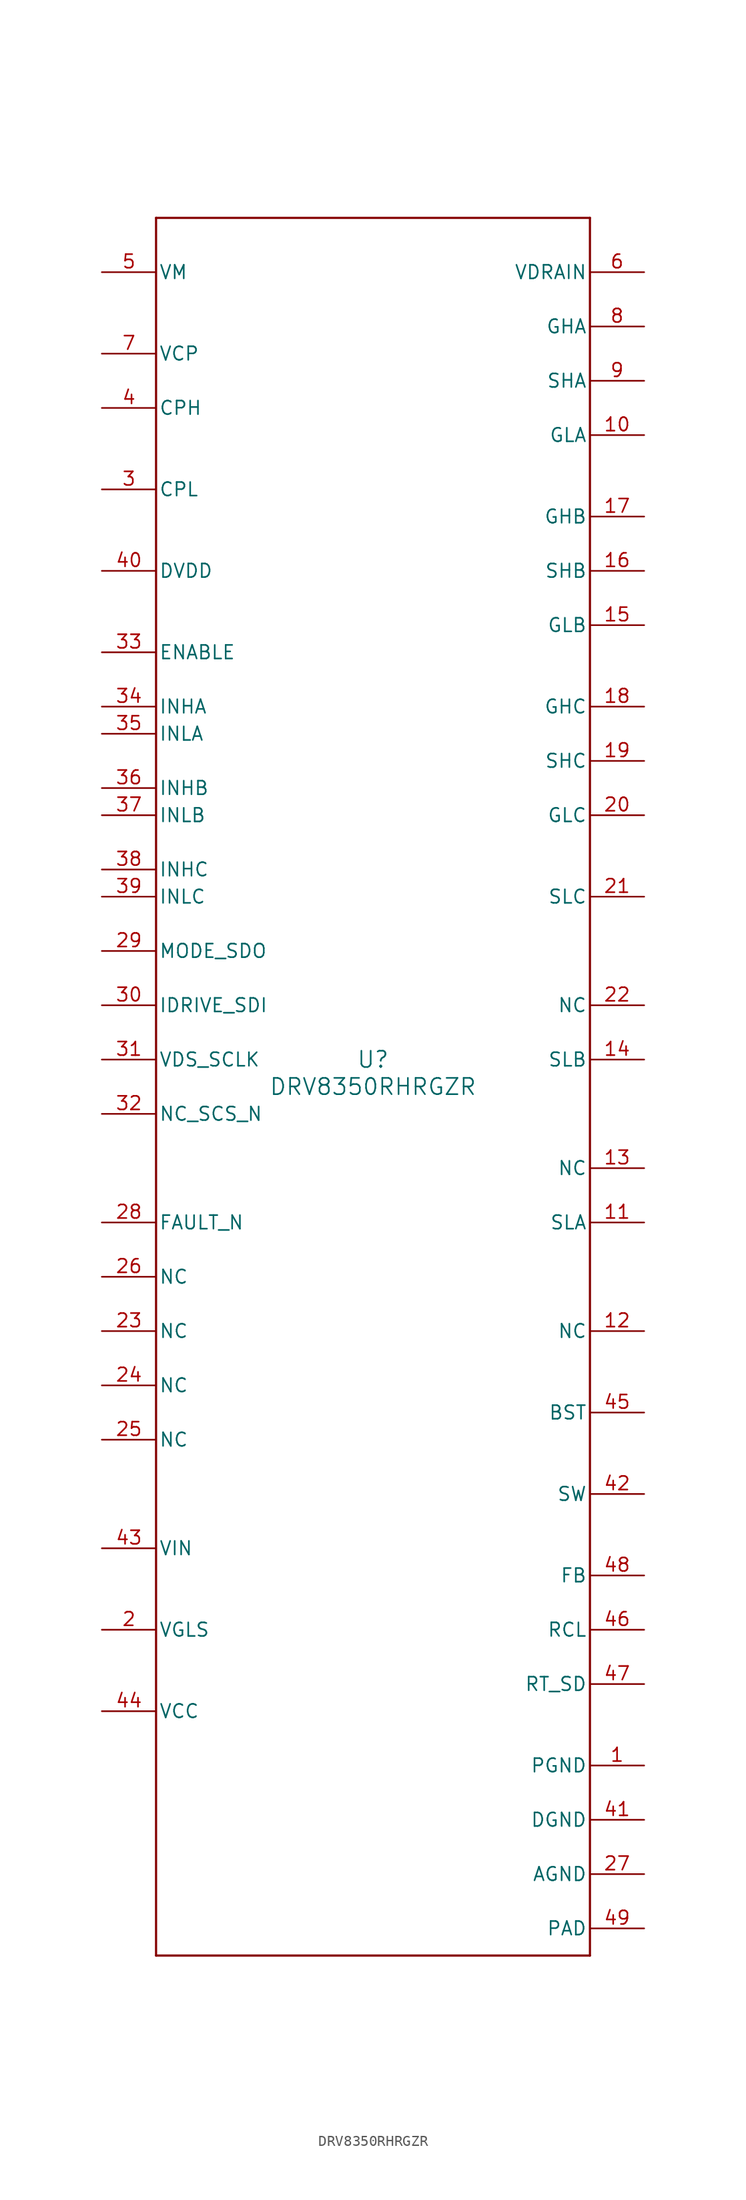
<source format=kicad_sym>
(kicad_symbol_lib
  (version 20231120)
  (generator "kicad_symbol_editor")
  (generator_version "8.0")
  (symbol "DRV8350RHRGZR"
    (pin_names
      (offset 0.254))
    (property "Reference" "U"
      (at 0 2.54 0)
      (effects (font (size 1.524 1.524))))
    (property "Value" "DRV8350RHRGZR"
      (at 0 0 0)
      (effects (font (size 1.524 1.524))))
    (property "ki_locked" ""
      (at 0 0 0)
      (effects (font (size 1.27 1.27))))
    (symbol "DRV8350RHRGZR_0_1"
      (polyline (pts (xy -20.32 -81.28) (xy 20.32 -81.28)) (stroke (width 0.203) (type default)) (fill (type none)))
      (polyline (pts (xy -20.32 81.28) (xy -20.32 -81.28)) (stroke (width 0.203) (type default)) (fill (type none)))
      (polyline (pts (xy 20.32 -81.28) (xy 20.32 81.28)) (stroke (width 0.203) (type default)) (fill (type none)))
      (polyline (pts (xy 20.32 81.28) (xy -20.32 81.28)) (stroke (width 0.203) (type default)) (fill (type none)))
      (pin power_in line (at 25.4 -63.5 180) (length 5.08) (name "PGND" (effects (font (size 1.27 1.27)))) (number "1" (effects (font (size 1.27 1.27)))))
      (pin output line (at 25.4 60.96 180) (length 5.08) (name "GLA" (effects (font (size 1.27 1.27)))) (number "10" (effects (font (size 1.27 1.27)))))
      (pin input line (at 25.4 -12.7 180) (length 5.08) (name "SLA" (effects (font (size 1.27 1.27)))) (number "11" (effects (font (size 1.27 1.27)))))
      (pin unspecified line (at 25.4 -22.86 180) (length 5.08) (name "NC" (effects (font (size 1.27 1.27)))) (number "12" (effects (font (size 1.27 1.27)))))
      (pin unspecified line (at 25.4 -7.62 180) (length 5.08) (name "NC" (effects (font (size 1.27 1.27)))) (number "13" (effects (font (size 1.27 1.27)))))
      (pin input line (at 25.4 2.54 180) (length 5.08) (name "SLB" (effects (font (size 1.27 1.27)))) (number "14" (effects (font (size 1.27 1.27)))))
      (pin output line (at 25.4 43.18 180) (length 5.08) (name "GLB" (effects (font (size 1.27 1.27)))) (number "15" (effects (font (size 1.27 1.27)))))
      (pin input line (at 25.4 48.26 180) (length 5.08) (name "SHB" (effects (font (size 1.27 1.27)))) (number "16" (effects (font (size 1.27 1.27)))))
      (pin output line (at 25.4 53.34 180) (length 5.08) (name "GHB" (effects (font (size 1.27 1.27)))) (number "17" (effects (font (size 1.27 1.27)))))
      (pin output line (at 25.4 35.56 180) (length 5.08) (name "GHC" (effects (font (size 1.27 1.27)))) (number "18" (effects (font (size 1.27 1.27)))))
      (pin input line (at 25.4 30.48 180) (length 5.08) (name "SHC" (effects (font (size 1.27 1.27)))) (number "19" (effects (font (size 1.27 1.27)))))
      (pin power_in line (at -25.4 -50.8 0) (length 5.08) (name "VGLS" (effects (font (size 1.27 1.27)))) (number "2" (effects (font (size 1.27 1.27)))))
      (pin output line (at 25.4 25.4 180) (length 5.08) (name "GLC" (effects (font (size 1.27 1.27)))) (number "20" (effects (font (size 1.27 1.27)))))
      (pin input line (at 25.4 17.78 180) (length 5.08) (name "SLC" (effects (font (size 1.27 1.27)))) (number "21" (effects (font (size 1.27 1.27)))))
      (pin unspecified line (at 25.4 7.62 180) (length 5.08) (name "NC" (effects (font (size 1.27 1.27)))) (number "22" (effects (font (size 1.27 1.27)))))
      (pin unspecified line (at -25.4 -22.86 0) (length 5.08) (name "NC" (effects (font (size 1.27 1.27)))) (number "23" (effects (font (size 1.27 1.27)))))
      (pin unspecified line (at -25.4 -27.94 0) (length 5.08) (name "NC" (effects (font (size 1.27 1.27)))) (number "24" (effects (font (size 1.27 1.27)))))
      (pin unspecified line (at -25.4 -33.02 0) (length 5.08) (name "NC" (effects (font (size 1.27 1.27)))) (number "25" (effects (font (size 1.27 1.27)))))
      (pin unspecified line (at -25.4 -17.78 0) (length 5.08) (name "NC" (effects (font (size 1.27 1.27)))) (number "26" (effects (font (size 1.27 1.27)))))
      (pin power_in line (at 25.4 -73.66 180) (length 5.08) (name "AGND" (effects (font (size 1.27 1.27)))) (number "27" (effects (font (size 1.27 1.27)))))
      (pin open_collector line (at -25.4 -12.7 0) (length 5.08) (name "FAULT_N" (effects (font (size 1.27 1.27)))) (number "28" (effects (font (size 1.27 1.27)))))
      (pin bidirectional line (at -25.4 12.7 0) (length 5.08) (name "MODE_SDO" (effects (font (size 1.27 1.27)))) (number "29" (effects (font (size 1.27 1.27)))))
      (pin power_in line (at -25.4 55.88 0) (length 5.08) (name "CPL" (effects (font (size 1.27 1.27)))) (number "3" (effects (font (size 1.27 1.27)))))
      (pin input line (at -25.4 7.62 0) (length 5.08) (name "IDRIVE_SDI" (effects (font (size 1.27 1.27)))) (number "30" (effects (font (size 1.27 1.27)))))
      (pin input line (at -25.4 2.54 0) (length 5.08) (name "VDS_SCLK" (effects (font (size 1.27 1.27)))) (number "31" (effects (font (size 1.27 1.27)))))
      (pin input line (at -25.4 -2.54 0) (length 5.08) (name "NC_SCS_N" (effects (font (size 1.27 1.27)))) (number "32" (effects (font (size 1.27 1.27)))))
      (pin input line (at -25.4 40.64 0) (length 5.08) (name "ENABLE" (effects (font (size 1.27 1.27)))) (number "33" (effects (font (size 1.27 1.27)))))
      (pin input line (at -25.4 35.56 0) (length 5.08) (name "INHA" (effects (font (size 1.27 1.27)))) (number "34" (effects (font (size 1.27 1.27)))))
      (pin input line (at -25.4 33.02 0) (length 5.08) (name "INLA" (effects (font (size 1.27 1.27)))) (number "35" (effects (font (size 1.27 1.27)))))
      (pin input line (at -25.4 27.94 0) (length 5.08) (name "INHB" (effects (font (size 1.27 1.27)))) (number "36" (effects (font (size 1.27 1.27)))))
      (pin input line (at -25.4 25.4 0) (length 5.08) (name "INLB" (effects (font (size 1.27 1.27)))) (number "37" (effects (font (size 1.27 1.27)))))
      (pin input line (at -25.4 20.32 0) (length 5.08) (name "INHC" (effects (font (size 1.27 1.27)))) (number "38" (effects (font (size 1.27 1.27)))))
      (pin input line (at -25.4 17.78 0) (length 5.08) (name "INLC" (effects (font (size 1.27 1.27)))) (number "39" (effects (font (size 1.27 1.27)))))
      (pin power_in line (at -25.4 63.5 0) (length 5.08) (name "CPH" (effects (font (size 1.27 1.27)))) (number "4" (effects (font (size 1.27 1.27)))))
      (pin power_in line (at -25.4 48.26 0) (length 5.08) (name "DVDD" (effects (font (size 1.27 1.27)))) (number "40" (effects (font (size 1.27 1.27)))))
      (pin power_in line (at 25.4 -68.58 180) (length 5.08) (name "DGND" (effects (font (size 1.27 1.27)))) (number "41" (effects (font (size 1.27 1.27)))))
      (pin power_in line (at 25.4 -38.1 180) (length 5.08) (name "SW" (effects (font (size 1.27 1.27)))) (number "42" (effects (font (size 1.27 1.27)))))
      (pin power_in line (at -25.4 -43.18 0) (length 5.08) (name "VIN" (effects (font (size 1.27 1.27)))) (number "43" (effects (font (size 1.27 1.27)))))
      (pin power_in line (at -25.4 -58.42 0) (length 5.08) (name "VCC" (effects (font (size 1.27 1.27)))) (number "44" (effects (font (size 1.27 1.27)))))
      (pin power_in line (at 25.4 -30.48 180) (length 5.08) (name "BST" (effects (font (size 1.27 1.27)))) (number "45" (effects (font (size 1.27 1.27)))))
      (pin input line (at 25.4 -50.8 180) (length 5.08) (name "RCL" (effects (font (size 1.27 1.27)))) (number "46" (effects (font (size 1.27 1.27)))))
      (pin input line (at 25.4 -55.88 180) (length 5.08) (name "RT_SD" (effects (font (size 1.27 1.27)))) (number "47" (effects (font (size 1.27 1.27)))))
      (pin input line (at 25.4 -45.72 180) (length 5.08) (name "FB" (effects (font (size 1.27 1.27)))) (number "48" (effects (font (size 1.27 1.27)))))
      (pin power_in line (at 25.4 -78.74 180) (length 5.08) (name "PAD" (effects (font (size 1.27 1.27)))) (number "49" (effects (font (size 1.27 1.27)))))
      (pin power_in line (at -25.4 76.2 0) (length 5.08) (name "VM" (effects (font (size 1.27 1.27)))) (number "5" (effects (font (size 1.27 1.27)))))
      (pin input line (at 25.4 76.2 180) (length 5.08) (name "VDRAIN" (effects (font (size 1.27 1.27)))) (number "6" (effects (font (size 1.27 1.27)))))
      (pin power_in line (at -25.4 68.58 0) (length 5.08) (name "VCP" (effects (font (size 1.27 1.27)))) (number "7" (effects (font (size 1.27 1.27)))))
      (pin output line (at 25.4 71.12 180) (length 5.08) (name "GHA" (effects (font (size 1.27 1.27)))) (number "8" (effects (font (size 1.27 1.27)))))
      (pin input line (at 25.4 66.04 180) (length 5.08) (name "SHA" (effects (font (size 1.27 1.27)))) (number "9" (effects (font (size 1.27 1.27))))))))
</source>
